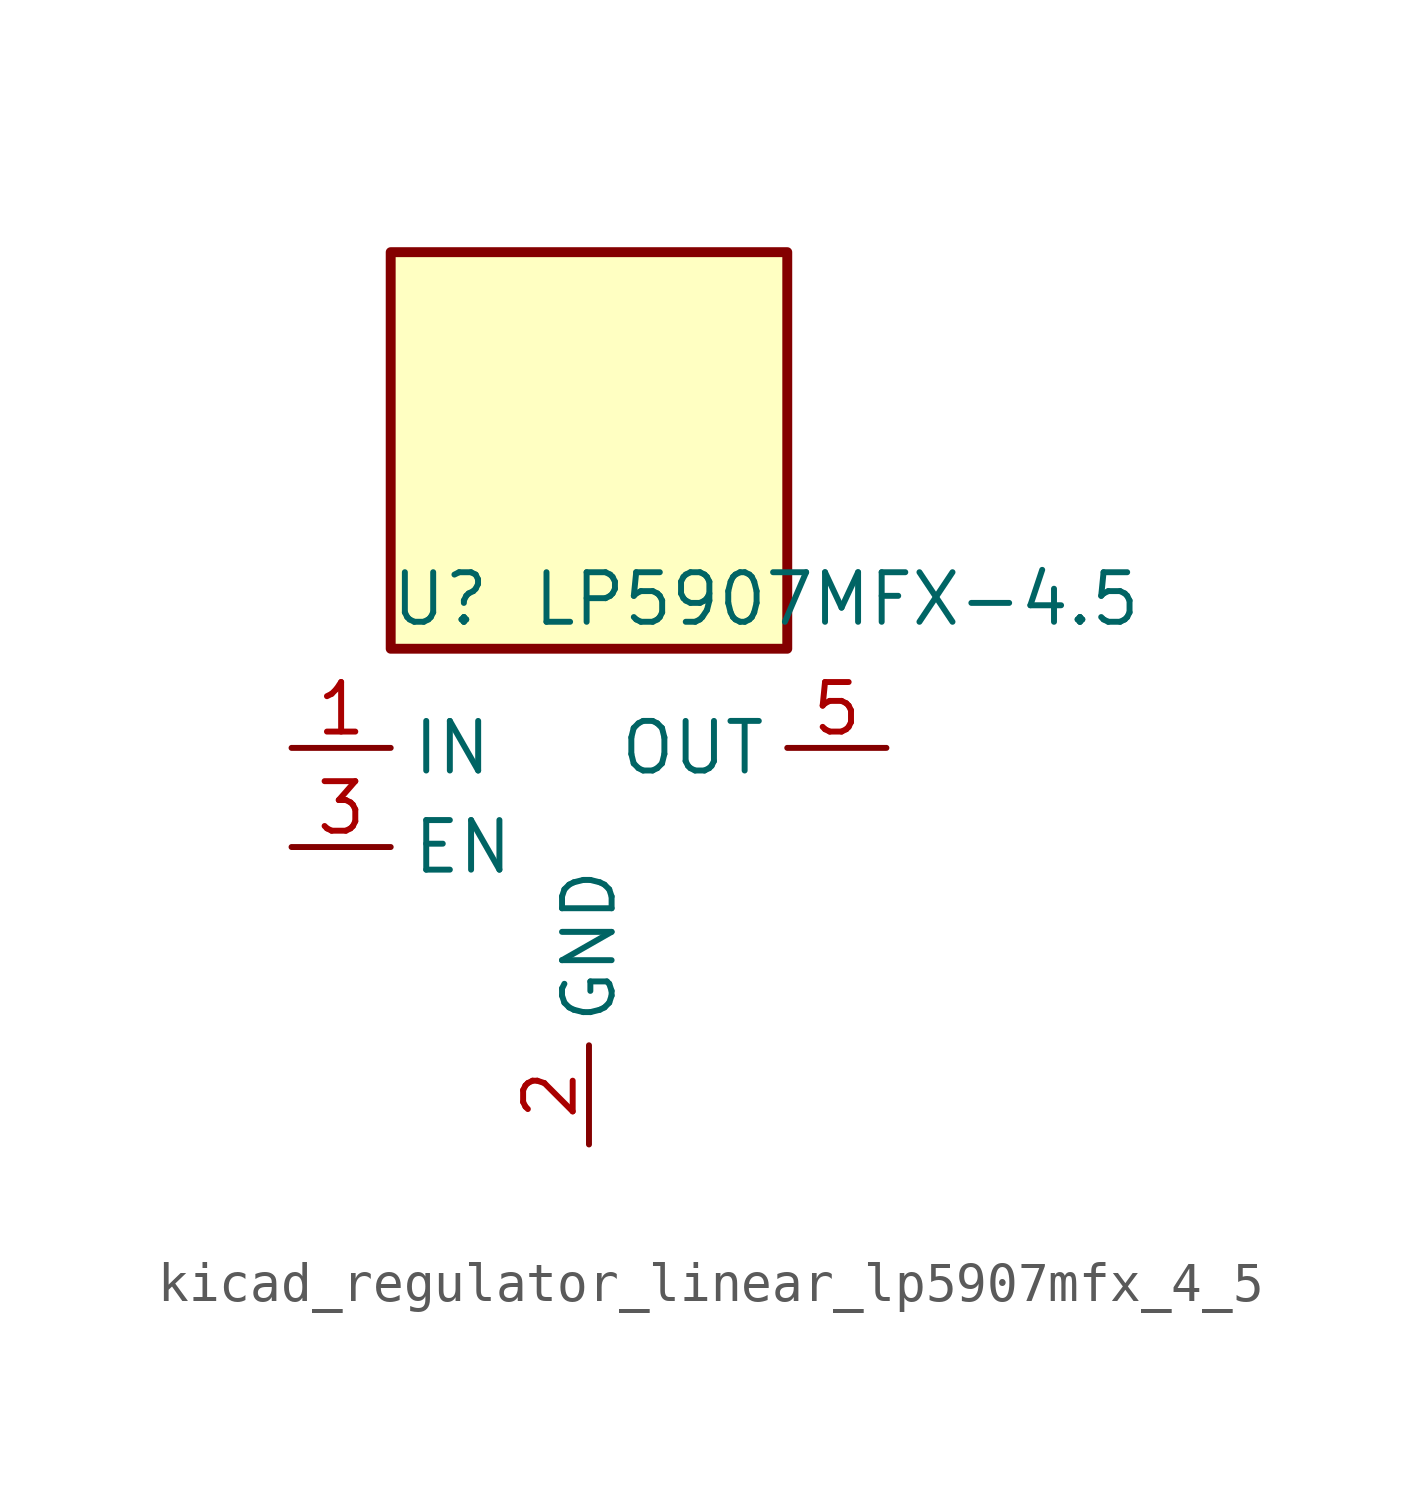
<source format=kicad_sym>
(kicad_symbol_lib
  (version 20220914)
  (generator kicad_symbol_editor)
  (symbol "kicad_regulator_linear_lp5907mfx_4_5"
    (property "Reference" "U"
      (at -3.81 6.35 0)
      (effects (font (size 1.27 1.27))))
    (property "Value" "LP5907MFX-4.5"
      (at 6.35 6.35 0)
      (effects (font (size 1.27 1.27))))
    (symbol "kicad_regulator_linear_lp5907mfx_4_5_0_1"
      (rectangle (start 5.08 15.24) (end -5.08 5.08) (stroke (width 0.254) (type default)) (fill (type background)))
      (pin power_in line (at -7.62 2.54 0) (length 2.54) (name "IN" (effects (font (size 1.27 1.27)))) (number "1" (effects (font (size 1.27 1.27)))))
      (pin power_in line (at 0 -7.62 90) (length 2.54) (name "GND" (effects (font (size 1.27 1.27)))) (number "2" (effects (font (size 1.27 1.27)))))
      (pin input line (at -7.62 0 0) (length 2.54) (name "EN" (effects (font (size 1.27 1.27)))) (number "3" (effects (font (size 1.27 1.27)))))
      (pin no_connect line (at 5.08 0 180) (length 2.54) hide (name "NC" (effects (font (size 1.27 1.27)))) (number "4" (effects (font (size 1.27 1.27)))))
      (pin power_out line (at 7.62 2.54 180) (length 2.54) (name "OUT" (effects (font (size 1.27 1.27)))) (number "5" (effects (font (size 1.27 1.27))))))))
</source>
